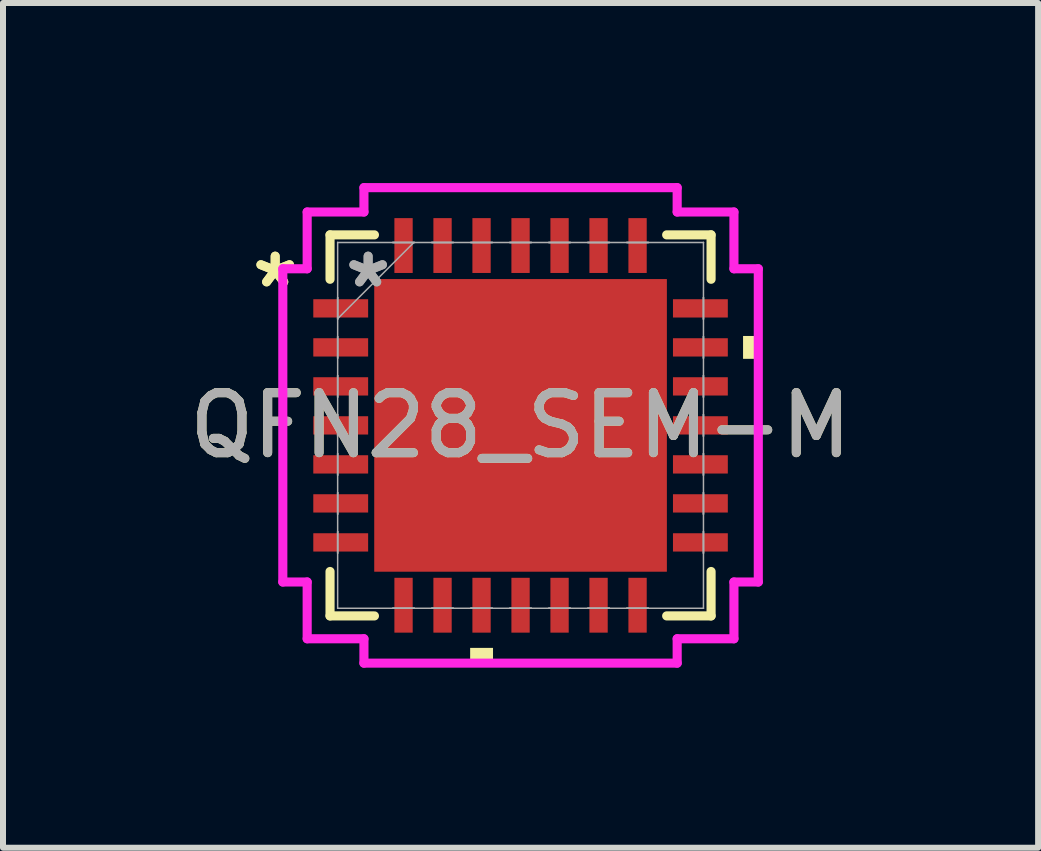
<source format=kicad_pcb>
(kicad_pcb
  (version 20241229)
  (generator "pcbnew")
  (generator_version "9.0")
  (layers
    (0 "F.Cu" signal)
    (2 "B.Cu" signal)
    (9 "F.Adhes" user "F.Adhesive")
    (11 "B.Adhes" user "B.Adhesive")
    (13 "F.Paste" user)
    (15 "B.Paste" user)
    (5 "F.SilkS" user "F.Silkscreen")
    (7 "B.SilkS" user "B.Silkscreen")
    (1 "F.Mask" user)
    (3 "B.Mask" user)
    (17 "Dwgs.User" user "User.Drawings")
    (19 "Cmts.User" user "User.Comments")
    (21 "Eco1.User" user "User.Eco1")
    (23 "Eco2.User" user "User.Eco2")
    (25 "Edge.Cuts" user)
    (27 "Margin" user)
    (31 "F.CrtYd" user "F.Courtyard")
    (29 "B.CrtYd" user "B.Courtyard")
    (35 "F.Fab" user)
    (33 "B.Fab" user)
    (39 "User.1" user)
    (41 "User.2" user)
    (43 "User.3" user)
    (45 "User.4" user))
  (footprint "QFN28_SEM-M"
    (layer "F.Cu")
    (at 5.625 4.039)
    (property "Reference" "QFN28_SEM-M" (at 0 0 0) (unlocked yes) (layer "F.SilkS") (effects (font (size 1 1) (thickness 0.15))))
    (attr smd)
    (fp_line (start -3.175 -3.175) (end -3.175 -2.435) (stroke (width 0.152) (type solid)) (layer "F.SilkS"))
    (fp_line (start -3.175 2.435) (end -3.175 3.175) (stroke (width 0.152) (type solid)) (layer "F.SilkS"))
    (fp_line (start -3.175 3.175) (end -2.435 3.175) (stroke (width 0.152) (type solid)) (layer "F.SilkS"))
    (fp_line (start -2.435 -3.175) (end -3.175 -3.175) (stroke (width 0.152) (type solid)) (layer "F.SilkS"))
    (fp_line (start 2.435 3.175) (end 3.175 3.175) (stroke (width 0.152) (type solid)) (layer "F.SilkS"))
    (fp_line (start 3.175 -3.175) (end 2.435 -3.175) (stroke (width 0.152) (type solid)) (layer "F.SilkS"))
    (fp_line (start 3.175 -2.435) (end 3.175 -3.175) (stroke (width 0.152) (type solid)) (layer "F.SilkS"))
    (fp_line (start 3.175 3.175) (end 3.175 2.435) (stroke (width 0.152) (type solid)) (layer "F.SilkS"))
    (fp_poly (pts (xy -0.84 3.708) (xy -0.84 3.962) (xy -0.459 3.962) (xy -0.459 3.708)) (stroke (width 0) (type solid)) (fill yes) (layer "F.SilkS"))
    (fp_poly (pts (xy 3.962 -1.49) (xy 3.962 -1.109) (xy 3.708 -1.109) (xy 3.708 -1.49)) (stroke (width 0) (type solid)) (fill yes) (layer "F.SilkS"))
    (fp_poly (pts (xy -2.338 -2.338) (xy -2.338 -0.913) (xy -0.913 -0.913) (xy -0.913 -2.338)) (stroke (width 0) (type solid)) (fill yes) (layer "F.Paste"))
    (fp_poly (pts (xy -2.338 -0.713) (xy -2.338 0.713) (xy -0.913 0.713) (xy -0.913 -0.713)) (stroke (width 0) (type solid)) (fill yes) (layer "F.Paste"))
    (fp_poly (pts (xy -2.338 0.913) (xy -2.338 2.338) (xy -0.913 2.338) (xy -0.913 0.913)) (stroke (width 0) (type solid)) (fill yes) (layer "F.Paste"))
    (fp_poly (pts (xy -0.713 -2.338) (xy -0.713 -0.913) (xy 0.713 -0.913) (xy 0.713 -2.338)) (stroke (width 0) (type solid)) (fill yes) (layer "F.Paste"))
    (fp_poly (pts (xy -0.713 -0.713) (xy -0.713 0.713) (xy 0.713 0.713) (xy 0.713 -0.713)) (stroke (width 0) (type solid)) (fill yes) (layer "F.Paste"))
    (fp_poly (pts (xy -0.713 0.913) (xy -0.713 2.338) (xy 0.713 2.338) (xy 0.713 0.913)) (stroke (width 0) (type solid)) (fill yes) (layer "F.Paste"))
    (fp_poly (pts (xy 0.913 -2.338) (xy 0.913 -0.913) (xy 2.338 -0.913) (xy 2.338 -2.338)) (stroke (width 0) (type solid)) (fill yes) (layer "F.Paste"))
    (fp_poly (pts (xy 0.913 -0.713) (xy 0.913 0.713) (xy 2.338 0.713) (xy 2.338 -0.713)) (stroke (width 0) (type solid)) (fill yes) (layer "F.Paste"))
    (fp_poly (pts (xy 0.913 0.913) (xy 0.913 2.338) (xy 2.338 2.338) (xy 2.338 0.913)) (stroke (width 0) (type solid)) (fill yes) (layer "F.Paste"))
    (fp_line (start -3.962 -2.61) (end -3.556 -2.61) (stroke (width 0.152) (type solid)) (layer "F.CrtYd"))
    (fp_line (start -3.962 2.61) (end -3.962 -2.61) (stroke (width 0.152) (type solid)) (layer "F.CrtYd"))
    (fp_line (start -3.556 -3.556) (end -2.61 -3.556) (stroke (width 0.152) (type solid)) (layer "F.CrtYd"))
    (fp_line (start -3.556 -2.61) (end -3.556 -3.556) (stroke (width 0.152) (type solid)) (layer "F.CrtYd"))
    (fp_line (start -3.556 2.61) (end -3.962 2.61) (stroke (width 0.152) (type solid)) (layer "F.CrtYd"))
    (fp_line (start -3.556 3.556) (end -3.556 2.61) (stroke (width 0.152) (type solid)) (layer "F.CrtYd"))
    (fp_line (start -2.61 -3.962) (end 2.61 -3.962) (stroke (width 0.152) (type solid)) (layer "F.CrtYd"))
    (fp_line (start -2.61 -3.556) (end -2.61 -3.962) (stroke (width 0.152) (type solid)) (layer "F.CrtYd"))
    (fp_line (start -2.61 3.556) (end -3.556 3.556) (stroke (width 0.152) (type solid)) (layer "F.CrtYd"))
    (fp_line (start -2.61 3.962) (end -2.61 3.556) (stroke (width 0.152) (type solid)) (layer "F.CrtYd"))
    (fp_line (start 2.61 -3.962) (end 2.61 -3.556) (stroke (width 0.152) (type solid)) (layer "F.CrtYd"))
    (fp_line (start 2.61 -3.556) (end 3.556 -3.556) (stroke (width 0.152) (type solid)) (layer "F.CrtYd"))
    (fp_line (start 2.61 3.556) (end 2.61 3.962) (stroke (width 0.152) (type solid)) (layer "F.CrtYd"))
    (fp_line (start 2.61 3.962) (end -2.61 3.962) (stroke (width 0.152) (type solid)) (layer "F.CrtYd"))
    (fp_line (start 3.556 -3.556) (end 3.556 -2.61) (stroke (width 0.152) (type solid)) (layer "F.CrtYd"))
    (fp_line (start 3.556 -2.61) (end 3.962 -2.61) (stroke (width 0.152) (type solid)) (layer "F.CrtYd"))
    (fp_line (start 3.556 2.61) (end 3.556 3.556) (stroke (width 0.152) (type solid)) (layer "F.CrtYd"))
    (fp_line (start 3.556 3.556) (end 2.61 3.556) (stroke (width 0.152) (type solid)) (layer "F.CrtYd"))
    (fp_line (start 3.962 -2.61) (end 3.962 2.61) (stroke (width 0.152) (type solid)) (layer "F.CrtYd"))
    (fp_line (start 3.962 2.61) (end 3.556 2.61) (stroke (width 0.152) (type solid)) (layer "F.CrtYd"))
    (fp_line (start -3.048 -3.048) (end -3.048 -3.048) (stroke (width 0.025) (type solid)) (layer "F.Fab"))
    (fp_line (start -3.048 -3.048) (end -3.048 3.048) (stroke (width 0.025) (type solid)) (layer "F.Fab"))
    (fp_line (start -3.048 -2.128) (end -3.048 -2.128) (stroke (width 0.025) (type solid)) (layer "F.Fab"))
    (fp_line (start -3.048 -2.128) (end -3.048 -1.772) (stroke (width 0.025) (type solid)) (layer "F.Fab"))
    (fp_line (start -3.048 -1.778) (end -1.778 -3.048) (stroke (width 0.025) (type solid)) (layer "F.Fab"))
    (fp_line (start -3.048 -1.772) (end -3.048 -2.128) (stroke (width 0.025) (type solid)) (layer "F.Fab"))
    (fp_line (start -3.048 -1.772) (end -3.048 -1.772) (stroke (width 0.025) (type solid)) (layer "F.Fab"))
    (fp_line (start -3.048 -1.478) (end -3.048 -1.478) (stroke (width 0.025) (type solid)) (layer "F.Fab"))
    (fp_line (start -3.048 -1.478) (end -3.048 -1.122) (stroke (width 0.025) (type solid)) (layer "F.Fab"))
    (fp_line (start -3.048 -1.122) (end -3.048 -1.478) (stroke (width 0.025) (type solid)) (layer "F.Fab"))
    (fp_line (start -3.048 -1.122) (end -3.048 -1.122) (stroke (width 0.025) (type solid)) (layer "F.Fab"))
    (fp_line (start -3.048 -0.828) (end -3.048 -0.828) (stroke (width 0.025) (type solid)) (layer "F.Fab"))
    (fp_line (start -3.048 -0.828) (end -3.048 -0.472) (stroke (width 0.025) (type solid)) (layer "F.Fab"))
    (fp_line (start -3.048 -0.472) (end -3.048 -0.828) (stroke (width 0.025) (type solid)) (layer "F.Fab"))
    (fp_line (start -3.048 -0.472) (end -3.048 -0.472) (stroke (width 0.025) (type solid)) (layer "F.Fab"))
    (fp_line (start -3.048 -0.178) (end -3.048 -0.178) (stroke (width 0.025) (type solid)) (layer "F.Fab"))
    (fp_line (start -3.048 -0.178) (end -3.048 0.178) (stroke (width 0.025) (type solid)) (layer "F.Fab"))
    (fp_line (start -3.048 0.178) (end -3.048 -0.178) (stroke (width 0.025) (type solid)) (layer "F.Fab"))
    (fp_line (start -3.048 0.178) (end -3.048 0.178) (stroke (width 0.025) (type solid)) (layer "F.Fab"))
    (fp_line (start -3.048 0.472) (end -3.048 0.472) (stroke (width 0.025) (type solid)) (layer "F.Fab"))
    (fp_line (start -3.048 0.472) (end -3.048 0.828) (stroke (width 0.025) (type solid)) (layer "F.Fab"))
    (fp_line (start -3.048 0.828) (end -3.048 0.472) (stroke (width 0.025) (type solid)) (layer "F.Fab"))
    (fp_line (start -3.048 0.828) (end -3.048 0.828) (stroke (width 0.025) (type solid)) (layer "F.Fab"))
    (fp_line (start -3.048 1.122) (end -3.048 1.122) (stroke (width 0.025) (type solid)) (layer "F.Fab"))
    (fp_line (start -3.048 1.122) (end -3.048 1.478) (stroke (width 0.025) (type solid)) (layer "F.Fab"))
    (fp_line (start -3.048 1.478) (end -3.048 1.122) (stroke (width 0.025) (type solid)) (layer "F.Fab"))
    (fp_line (start -3.048 1.478) (end -3.048 1.478) (stroke (width 0.025) (type solid)) (layer "F.Fab"))
    (fp_line (start -3.048 1.772) (end -3.048 1.772) (stroke (width 0.025) (type solid)) (layer "F.Fab"))
    (fp_line (start -3.048 1.772) (end -3.048 2.128) (stroke (width 0.025) (type solid)) (layer "F.Fab"))
    (fp_line (start -3.048 2.128) (end -3.048 1.772) (stroke (width 0.025) (type solid)) (layer "F.Fab"))
    (fp_line (start -3.048 2.128) (end -3.048 2.128) (stroke (width 0.025) (type solid)) (layer "F.Fab"))
    (fp_line (start -3.048 3.048) (end -3.048 3.048) (stroke (width 0.025) (type solid)) (layer "F.Fab"))
    (fp_line (start -3.048 3.048) (end 3.048 3.048) (stroke (width 0.025) (type solid)) (layer "F.Fab"))
    (fp_line (start -2.128 -3.048) (end -2.128 -3.048) (stroke (width 0.025) (type solid)) (layer "F.Fab"))
    (fp_line (start -2.128 -3.048) (end -1.772 -3.048) (stroke (width 0.025) (type solid)) (layer "F.Fab"))
    (fp_line (start -2.128 3.048) (end -2.128 3.048) (stroke (width 0.025) (type solid)) (layer "F.Fab"))
    (fp_line (start -2.128 3.048) (end -1.772 3.048) (stroke (width 0.025) (type solid)) (layer "F.Fab"))
    (fp_line (start -1.772 -3.048) (end -2.128 -3.048) (stroke (width 0.025) (type solid)) (layer "F.Fab"))
    (fp_line (start -1.772 -3.048) (end -1.772 -3.048) (stroke (width 0.025) (type solid)) (layer "F.Fab"))
    (fp_line (start -1.772 3.048) (end -2.128 3.048) (stroke (width 0.025) (type solid)) (layer "F.Fab"))
    (fp_line (start -1.772 3.048) (end -1.772 3.048) (stroke (width 0.025) (type solid)) (layer "F.Fab"))
    (fp_line (start -1.478 -3.048) (end -1.478 -3.048) (stroke (width 0.025) (type solid)) (layer "F.Fab"))
    (fp_line (start -1.478 -3.048) (end -1.122 -3.048) (stroke (width 0.025) (type solid)) (layer "F.Fab"))
    (fp_line (start -1.478 3.048) (end -1.478 3.048) (stroke (width 0.025) (type solid)) (layer "F.Fab"))
    (fp_line (start -1.478 3.048) (end -1.122 3.048) (stroke (width 0.025) (type solid)) (layer "F.Fab"))
    (fp_line (start -1.122 -3.048) (end -1.478 -3.048) (stroke (width 0.025) (type solid)) (layer "F.Fab"))
    (fp_line (start -1.122 -3.048) (end -1.122 -3.048) (stroke (width 0.025) (type solid)) (layer "F.Fab"))
    (fp_line (start -1.122 3.048) (end -1.478 3.048) (stroke (width 0.025) (type solid)) (layer "F.Fab"))
    (fp_line (start -1.122 3.048) (end -1.122 3.048) (stroke (width 0.025) (type solid)) (layer "F.Fab"))
    (fp_line (start -0.828 -3.048) (end -0.828 -3.048) (stroke (width 0.025) (type solid)) (layer "F.Fab"))
    (fp_line (start -0.828 -3.048) (end -0.472 -3.048) (stroke (width 0.025) (type solid)) (layer "F.Fab"))
    (fp_line (start -0.828 3.048) (end -0.828 3.048) (stroke (width 0.025) (type solid)) (layer "F.Fab"))
    (fp_line (start -0.828 3.048) (end -0.472 3.048) (stroke (width 0.025) (type solid)) (layer "F.Fab"))
    (fp_line (start -0.472 -3.048) (end -0.828 -3.048) (stroke (width 0.025) (type solid)) (layer "F.Fab"))
    (fp_line (start -0.472 -3.048) (end -0.472 -3.048) (stroke (width 0.025) (type solid)) (layer "F.Fab"))
    (fp_line (start -0.472 3.048) (end -0.828 3.048) (stroke (width 0.025) (type solid)) (layer "F.Fab"))
    (fp_line (start -0.472 3.048) (end -0.472 3.048) (stroke (width 0.025) (type solid)) (layer "F.Fab"))
    (fp_line (start -0.178 -3.048) (end -0.178 -3.048) (stroke (width 0.025) (type solid)) (layer "F.Fab"))
    (fp_line (start -0.178 -3.048) (end 0.178 -3.048) (stroke (width 0.025) (type solid)) (layer "F.Fab"))
    (fp_line (start -0.178 3.048) (end -0.178 3.048) (stroke (width 0.025) (type solid)) (layer "F.Fab"))
    (fp_line (start -0.178 3.048) (end 0.178 3.048) (stroke (width 0.025) (type solid)) (layer "F.Fab"))
    (fp_line (start 0.178 -3.048) (end -0.178 -3.048) (stroke (width 0.025) (type solid)) (layer "F.Fab"))
    (fp_line (start 0.178 -3.048) (end 0.178 -3.048) (stroke (width 0.025) (type solid)) (layer "F.Fab"))
    (fp_line (start 0.178 3.048) (end -0.178 3.048) (stroke (width 0.025) (type solid)) (layer "F.Fab"))
    (fp_line (start 0.178 3.048) (end 0.178 3.048) (stroke (width 0.025) (type solid)) (layer "F.Fab"))
    (fp_line (start 0.472 -3.048) (end 0.472 -3.048) (stroke (width 0.025) (type solid)) (layer "F.Fab"))
    (fp_line (start 0.472 -3.048) (end 0.828 -3.048) (stroke (width 0.025) (type solid)) (layer "F.Fab"))
    (fp_line (start 0.472 3.048) (end 0.472 3.048) (stroke (width 0.025) (type solid)) (layer "F.Fab"))
    (fp_line (start 0.472 3.048) (end 0.828 3.048) (stroke (width 0.025) (type solid)) (layer "F.Fab"))
    (fp_line (start 0.828 -3.048) (end 0.472 -3.048) (stroke (width 0.025) (type solid)) (layer "F.Fab"))
    (fp_line (start 0.828 -3.048) (end 0.828 -3.048) (stroke (width 0.025) (type solid)) (layer "F.Fab"))
    (fp_line (start 0.828 3.048) (end 0.472 3.048) (stroke (width 0.025) (type solid)) (layer "F.Fab"))
    (fp_line (start 0.828 3.048) (end 0.828 3.048) (stroke (width 0.025) (type solid)) (layer "F.Fab"))
    (fp_line (start 1.122 -3.048) (end 1.122 -3.048) (stroke (width 0.025) (type solid)) (layer "F.Fab"))
    (fp_line (start 1.122 -3.048) (end 1.478 -3.048) (stroke (width 0.025) (type solid)) (layer "F.Fab"))
    (fp_line (start 1.122 3.048) (end 1.122 3.048) (stroke (width 0.025) (type solid)) (layer "F.Fab"))
    (fp_line (start 1.122 3.048) (end 1.478 3.048) (stroke (width 0.025) (type solid)) (layer "F.Fab"))
    (fp_line (start 1.478 -3.048) (end 1.122 -3.048) (stroke (width 0.025) (type solid)) (layer "F.Fab"))
    (fp_line (start 1.478 -3.048) (end 1.478 -3.048) (stroke (width 0.025) (type solid)) (layer "F.Fab"))
    (fp_line (start 1.478 3.048) (end 1.122 3.048) (stroke (width 0.025) (type solid)) (layer "F.Fab"))
    (fp_line (start 1.478 3.048) (end 1.478 3.048) (stroke (width 0.025) (type solid)) (layer "F.Fab"))
    (fp_line (start 1.772 -3.048) (end 1.772 -3.048) (stroke (width 0.025) (type solid)) (layer "F.Fab"))
    (fp_line (start 1.772 -3.048) (end 2.128 -3.048) (stroke (width 0.025) (type solid)) (layer "F.Fab"))
    (fp_line (start 1.772 3.048) (end 1.772 3.048) (stroke (width 0.025) (type solid)) (layer "F.Fab"))
    (fp_line (start 1.772 3.048) (end 2.128 3.048) (stroke (width 0.025) (type solid)) (layer "F.Fab"))
    (fp_line (start 2.128 -3.048) (end 1.772 -3.048) (stroke (width 0.025) (type solid)) (layer "F.Fab"))
    (fp_line (start 2.128 -3.048) (end 2.128 -3.048) (stroke (width 0.025) (type solid)) (layer "F.Fab"))
    (fp_line (start 2.128 3.048) (end 1.772 3.048) (stroke (width 0.025) (type solid)) (layer "F.Fab"))
    (fp_line (start 2.128 3.048) (end 2.128 3.048) (stroke (width 0.025) (type solid)) (layer "F.Fab"))
    (fp_line (start 3.048 -3.048) (end -3.048 -3.048) (stroke (width 0.025) (type solid)) (layer "F.Fab"))
    (fp_line (start 3.048 -3.048) (end 3.048 -3.048) (stroke (width 0.025) (type solid)) (layer "F.Fab"))
    (fp_line (start 3.048 -2.128) (end 3.048 -2.128) (stroke (width 0.025) (type solid)) (layer "F.Fab"))
    (fp_line (start 3.048 -2.128) (end 3.048 -1.772) (stroke (width 0.025) (type solid)) (layer "F.Fab"))
    (fp_line (start 3.048 -1.772) (end 3.048 -2.128) (stroke (width 0.025) (type solid)) (layer "F.Fab"))
    (fp_line (start 3.048 -1.772) (end 3.048 -1.772) (stroke (width 0.025) (type solid)) (layer "F.Fab"))
    (fp_line (start 3.048 -1.478) (end 3.048 -1.478) (stroke (width 0.025) (type solid)) (layer "F.Fab"))
    (fp_line (start 3.048 -1.478) (end 3.048 -1.122) (stroke (width 0.025) (type solid)) (layer "F.Fab"))
    (fp_line (start 3.048 -1.122) (end 3.048 -1.478) (stroke (width 0.025) (type solid)) (layer "F.Fab"))
    (fp_line (start 3.048 -1.122) (end 3.048 -1.122) (stroke (width 0.025) (type solid)) (layer "F.Fab"))
    (fp_line (start 3.048 -0.828) (end 3.048 -0.828) (stroke (width 0.025) (type solid)) (layer "F.Fab"))
    (fp_line (start 3.048 -0.828) (end 3.048 -0.472) (stroke (width 0.025) (type solid)) (layer "F.Fab"))
    (fp_line (start 3.048 -0.472) (end 3.048 -0.828) (stroke (width 0.025) (type solid)) (layer "F.Fab"))
    (fp_line (start 3.048 -0.472) (end 3.048 -0.472) (stroke (width 0.025) (type solid)) (layer "F.Fab"))
    (fp_line (start 3.048 -0.178) (end 3.048 -0.178) (stroke (width 0.025) (type solid)) (layer "F.Fab"))
    (fp_line (start 3.048 -0.178) (end 3.048 0.178) (stroke (width 0.025) (type solid)) (layer "F.Fab"))
    (fp_line (start 3.048 0.178) (end 3.048 -0.178) (stroke (width 0.025) (type solid)) (layer "F.Fab"))
    (fp_line (start 3.048 0.178) (end 3.048 0.178) (stroke (width 0.025) (type solid)) (layer "F.Fab"))
    (fp_line (start 3.048 0.472) (end 3.048 0.472) (stroke (width 0.025) (type solid)) (layer "F.Fab"))
    (fp_line (start 3.048 0.472) (end 3.048 0.828) (stroke (width 0.025) (type solid)) (layer "F.Fab"))
    (fp_line (start 3.048 0.828) (end 3.048 0.472) (stroke (width 0.025) (type solid)) (layer "F.Fab"))
    (fp_line (start 3.048 0.828) (end 3.048 0.828) (stroke (width 0.025) (type solid)) (layer "F.Fab"))
    (fp_line (start 3.048 1.122) (end 3.048 1.122) (stroke (width 0.025) (type solid)) (layer "F.Fab"))
    (fp_line (start 3.048 1.122) (end 3.048 1.478) (stroke (width 0.025) (type solid)) (layer "F.Fab"))
    (fp_line (start 3.048 1.478) (end 3.048 1.122) (stroke (width 0.025) (type solid)) (layer "F.Fab"))
    (fp_line (start 3.048 1.478) (end 3.048 1.478) (stroke (width 0.025) (type solid)) (layer "F.Fab"))
    (fp_line (start 3.048 1.772) (end 3.048 1.772) (stroke (width 0.025) (type solid)) (layer "F.Fab"))
    (fp_line (start 3.048 1.772) (end 3.048 2.128) (stroke (width 0.025) (type solid)) (layer "F.Fab"))
    (fp_line (start 3.048 2.128) (end 3.048 1.772) (stroke (width 0.025) (type solid)) (layer "F.Fab"))
    (fp_line (start 3.048 2.128) (end 3.048 2.128) (stroke (width 0.025) (type solid)) (layer "F.Fab"))
    (fp_line (start 3.048 3.048) (end 3.048 -3.048) (stroke (width 0.025) (type solid)) (layer "F.Fab"))
    (fp_line (start 3.048 3.048) (end 3.048 3.048) (stroke (width 0.025) (type solid)) (layer "F.Fab"))
    (fp_text user "*" (at -4.089 -2.275 0) (unlocked yes) (layer "F.SilkS") (effects (font (size 1 1) (thickness 0.15))))
    (fp_text user "*" (at -4.089 -2.275 0) (layer "F.SilkS") (effects (font (size 1 1) (thickness 0.15))))
    (fp_text user "${REFERENCE}" (at 0 0 0) (unlocked yes) (layer "F.Fab") (effects (font (size 1 1) (thickness 0.15))))
    (fp_text user "*" (at -2.54 -2.275 0) (layer "F.Fab") (effects (font (size 1 1) (thickness 0.15))))
    (fp_text user "*" (at -2.54 -2.275 0) (unlocked yes) (layer "F.Fab") (effects (font (size 1 1) (thickness 0.15))))
    (pad "1" smd rect (at -2.997 -1.95 90) (size 0.305 0.914) (layers "F.Cu" "F.Mask" "F.Paste"))
    (pad "2" smd rect (at -2.997 -1.3 90) (size 0.305 0.914) (layers "F.Cu" "F.Mask" "F.Paste"))
    (pad "3" smd rect (at -2.997 -0.65 90) (size 0.305 0.914) (layers "F.Cu" "F.Mask" "F.Paste"))
    (pad "4" smd rect (at -2.997 0 90) (size 0.305 0.914) (layers "F.Cu" "F.Mask" "F.Paste"))
    (pad "5" smd rect (at -2.997 0.65 90) (size 0.305 0.914) (layers "F.Cu" "F.Mask" "F.Paste"))
    (pad "6" smd rect (at -2.997 1.3 90) (size 0.305 0.914) (layers "F.Cu" "F.Mask" "F.Paste"))
    (pad "7" smd rect (at -2.997 1.95 90) (size 0.305 0.914) (layers "F.Cu" "F.Mask" "F.Paste"))
    (pad "8" smd rect (at -1.95 2.997) (size 0.305 0.914) (layers "F.Cu" "F.Mask" "F.Paste"))
    (pad "9" smd rect (at -1.3 2.997) (size 0.305 0.914) (layers "F.Cu" "F.Mask" "F.Paste"))
    (pad "10" smd rect (at -0.65 2.997) (size 0.305 0.914) (layers "F.Cu" "F.Mask" "F.Paste"))
    (pad "11" smd rect (at 0 2.997) (size 0.305 0.914) (layers "F.Cu" "F.Mask" "F.Paste"))
    (pad "12" smd rect (at 0.65 2.997) (size 0.305 0.914) (layers "F.Cu" "F.Mask" "F.Paste"))
    (pad "13" smd rect (at 1.3 2.997) (size 0.305 0.914) (layers "F.Cu" "F.Mask" "F.Paste"))
    (pad "14" smd rect (at 1.95 2.997) (size 0.305 0.914) (layers "F.Cu" "F.Mask" "F.Paste"))
    (pad "15" smd rect (at 2.997 1.95 90) (size 0.305 0.914) (layers "F.Cu" "F.Mask" "F.Paste"))
    (pad "16" smd rect (at 2.997 1.3 90) (size 0.305 0.914) (layers "F.Cu" "F.Mask" "F.Paste"))
    (pad "17" smd rect (at 2.997 0.65 90) (size 0.305 0.914) (layers "F.Cu" "F.Mask" "F.Paste"))
    (pad "18" smd rect (at 2.997 0 90) (size 0.305 0.914) (layers "F.Cu" "F.Mask" "F.Paste"))
    (pad "19" smd rect (at 2.997 -0.65 90) (size 0.305 0.914) (layers "F.Cu" "F.Mask" "F.Paste"))
    (pad "20" smd rect (at 2.997 -1.3 90) (size 0.305 0.914) (layers "F.Cu" "F.Mask" "F.Paste"))
    (pad "21" smd rect (at 2.997 -1.95 90) (size 0.305 0.914) (layers "F.Cu" "F.Mask" "F.Paste"))
    (pad "22" smd rect (at 1.95 -2.997) (size 0.305 0.914) (layers "F.Cu" "F.Mask" "F.Paste"))
    (pad "23" smd rect (at 1.3 -2.997) (size 0.305 0.914) (layers "F.Cu" "F.Mask" "F.Paste"))
    (pad "24" smd rect (at 0.65 -2.997) (size 0.305 0.914) (layers "F.Cu" "F.Mask" "F.Paste"))
    (pad "25" smd rect (at 0 -2.997) (size 0.305 0.914) (layers "F.Cu" "F.Mask" "F.Paste"))
    (pad "26" smd rect (at -0.65 -2.997) (size 0.305 0.914) (layers "F.Cu" "F.Mask" "F.Paste"))
    (pad "27" smd rect (at -1.3 -2.997) (size 0.305 0.914) (layers "F.Cu" "F.Mask" "F.Paste"))
    (pad "28" smd rect (at -1.95 -2.997) (size 0.305 0.914) (layers "F.Cu" "F.Mask" "F.Paste"))
    (pad "29" smd rect (at 0 0) (size 4.877 4.877) (layers "F.Cu" "F.Mask" "F.Paste")))
  (gr_rect
    (start -3 -3)
    (end 14.25 11.077)
    (stroke (width 0.1) (type default))
    (fill no)
    (layer "Edge.Cuts")))
</source>
